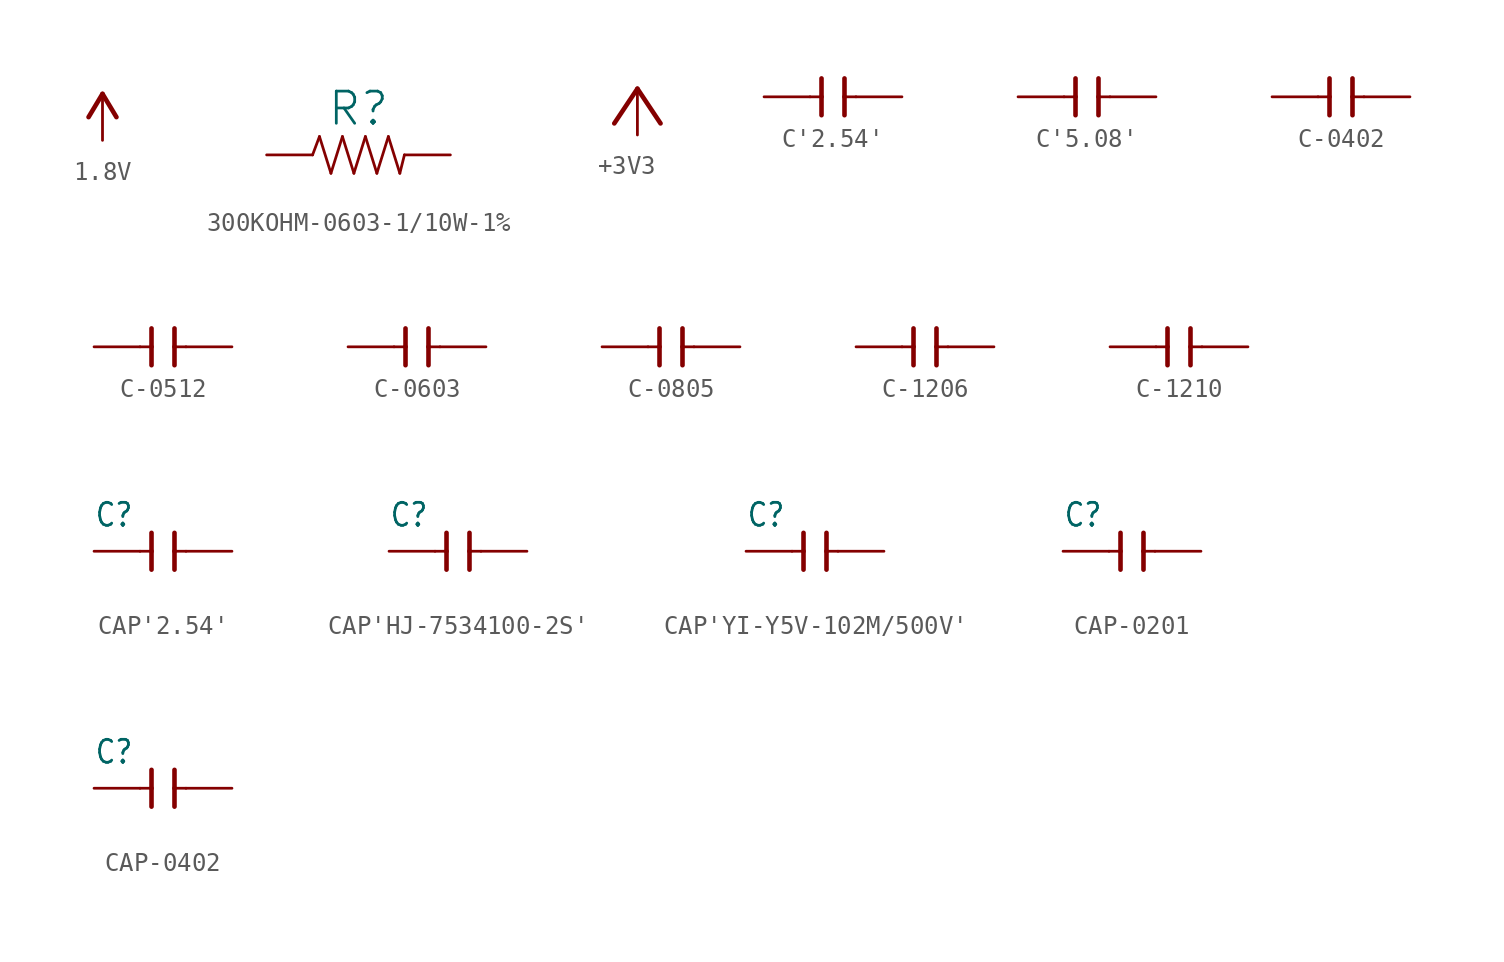
<source format=kicad_sym>
(kicad_symbol_lib
  (version 20241209)
  (generator "kicad_symbol_editor")
  (generator_version "9.0")
  (symbol "1.8V"
    (power)
    (property "Reference" "#SUPPLY"
      (at 0 0 0)
      (effects (font (size 1.27 1.27)) (hide yes)))
    (property "Value" ""
      (at 0 2.794 0)
      (effects (font (size 1.778 1.511)) (justify bottom)))
    (property "ki_locked" ""
      (at 0 0 0)
      (effects (font (size 1.27 1.27))))
    (symbol "1.8V_1_0"
      (polyline (pts (xy 0 2.54) (xy -0.762 1.27)) (stroke (width 0.254) (type solid)) (fill (type none)))
      (polyline (pts (xy 0.762 1.27) (xy 0 2.54)) (stroke (width 0.254) (type solid)) (fill (type none)))
      (pin power_in line (at 0 0 90) (length 2.54) (name "1.8V" (effects (font (size 0 0)))) (number "1" (effects (font (size 0 0)))))))
  (symbol "300KOHM-0603-1/10W-1%"
    (property "Reference" "R"
      (at 0 1.524 0)
      (effects (font (size 1.778 1.778)) (justify bottom)))
    (property "Value" ""
      (at 0 -1.524 0)
      (effects (font (size 1.778 1.778)) (justify top)))
    (property "ki_locked" ""
      (at 0 0 0)
      (effects (font (size 1.27 1.27))))
    (symbol "300KOHM-0603-1/10W-1%_1_0"
      (polyline (pts (xy -2.54 0) (xy -2.159 1.016)) (stroke (width 0.152) (type solid)) (fill (type none)))
      (polyline (pts (xy -2.159 1.016) (xy -1.524 -1.016)) (stroke (width 0.152) (type solid)) (fill (type none)))
      (polyline (pts (xy -1.524 -1.016) (xy -0.889 1.016)) (stroke (width 0.152) (type solid)) (fill (type none)))
      (polyline (pts (xy -0.889 1.016) (xy -0.254 -1.016)) (stroke (width 0.152) (type solid)) (fill (type none)))
      (polyline (pts (xy -0.254 -1.016) (xy 0.381 1.016)) (stroke (width 0.152) (type solid)) (fill (type none)))
      (polyline (pts (xy 0.381 1.016) (xy 1.016 -1.016)) (stroke (width 0.152) (type solid)) (fill (type none)))
      (polyline (pts (xy 1.016 -1.016) (xy 1.651 1.016)) (stroke (width 0.152) (type solid)) (fill (type none)))
      (polyline (pts (xy 1.651 1.016) (xy 2.286 -1.016)) (stroke (width 0.152) (type solid)) (fill (type none)))
      (polyline (pts (xy 2.286 -1.016) (xy 2.54 0)) (stroke (width 0.152) (type solid)) (fill (type none)))
      (pin passive line (at -5.08 0 0) (length 2.54) (name "1" (effects (font (size 0 0)))) (number "1" (effects (font (size 0 0)))))
      (pin passive line (at 5.08 0 180) (length 2.54) (name "2" (effects (font (size 0 0)))) (number "2" (effects (font (size 0 0)))))))
  (symbol "+3V3"
    (power)
    (property "Reference" "#+3V3"
      (at 0 0 0)
      (effects (font (size 1.27 1.27)) (hide yes)))
    (property "Value" ""
      (at -2.54 0 0)
      (effects (font (size 1.778 1.511)) (justify left bottom)))
    (property "ki_locked" ""
      (at 0 0 0)
      (effects (font (size 1.27 1.27))))
    (symbol "+3V3_1_0"
      (polyline (pts (xy 0 0) (xy -1.27 -1.905)) (stroke (width 0.254) (type solid)) (fill (type none)))
      (polyline (pts (xy 1.27 -1.905) (xy 0 0)) (stroke (width 0.254) (type solid)) (fill (type none)))
      (pin power_in line (at 0 -2.54 90) (length 2.54) (name "+3V3" (effects (font (size 0 0)))) (number "1" (effects (font (size 0 0)))))))
  (symbol "C'2.54'"
    (property "Reference" "C"
      (at -3.81 0 0)
      (effects (font (size 1.27 1.079)) (justify left bottom) (hide yes)))
    (property "ki_locked" ""
      (at 0 0 0)
      (effects (font (size 1.27 1.27))))
    (symbol "C'2.54'_1_0"
      (polyline (pts (xy -1.27 0) (xy -0.635 0)) (stroke (width 0.152) (type solid)) (fill (type none)))
      (polyline (pts (xy -0.635 0) (xy -0.635 1.016)) (stroke (width 0.254) (type solid)) (fill (type none)))
      (polyline (pts (xy -0.635 -1.016) (xy -0.635 0)) (stroke (width 0.254) (type solid)) (fill (type none)))
      (polyline (pts (xy 0.635 1.016) (xy 0.635 0)) (stroke (width 0.254) (type solid)) (fill (type none)))
      (polyline (pts (xy 0.635 0) (xy 0.635 -1.016)) (stroke (width 0.254) (type solid)) (fill (type none)))
      (polyline (pts (xy 0.635 0) (xy 1.27 0)) (stroke (width 0.152) (type solid)) (fill (type none)))
      (pin passive line (at -3.81 0 0) (length 2.54) (name "1" (effects (font (size 0 0)))) (number "1" (effects (font (size 0 0)))))
      (pin passive line (at 3.81 0 180) (length 2.54) (name "2" (effects (font (size 0 0)))) (number "2" (effects (font (size 0 0)))))))
  (symbol "C'5.08'"
    (property "Reference" "C"
      (at -3.81 0 0)
      (effects (font (size 1.27 1.079)) (justify left bottom) (hide yes)))
    (property "ki_locked" ""
      (at 0 0 0)
      (effects (font (size 1.27 1.27))))
    (symbol "C'5.08'_1_0"
      (polyline (pts (xy -1.27 0) (xy -0.635 0)) (stroke (width 0.152) (type solid)) (fill (type none)))
      (polyline (pts (xy -0.635 0) (xy -0.635 1.016)) (stroke (width 0.254) (type solid)) (fill (type none)))
      (polyline (pts (xy -0.635 -1.016) (xy -0.635 0)) (stroke (width 0.254) (type solid)) (fill (type none)))
      (polyline (pts (xy 0.635 1.016) (xy 0.635 0)) (stroke (width 0.254) (type solid)) (fill (type none)))
      (polyline (pts (xy 0.635 0) (xy 0.635 -1.016)) (stroke (width 0.254) (type solid)) (fill (type none)))
      (polyline (pts (xy 0.635 0) (xy 1.27 0)) (stroke (width 0.152) (type solid)) (fill (type none)))
      (pin passive line (at -3.81 0 0) (length 2.54) (name "1" (effects (font (size 0 0)))) (number "1" (effects (font (size 0 0)))))
      (pin passive line (at 3.81 0 180) (length 2.54) (name "2" (effects (font (size 0 0)))) (number "2" (effects (font (size 0 0)))))))
  (symbol "C-0402"
    (property "Reference" "C"
      (at -3.81 0 0)
      (effects (font (size 1.27 1.079)) (justify left bottom) (hide yes)))
    (property "ki_locked" ""
      (at 0 0 0)
      (effects (font (size 1.27 1.27))))
    (symbol "C-0402_1_0"
      (polyline (pts (xy -1.27 0) (xy -0.635 0)) (stroke (width 0.152) (type solid)) (fill (type none)))
      (polyline (pts (xy -0.635 0) (xy -0.635 1.016)) (stroke (width 0.254) (type solid)) (fill (type none)))
      (polyline (pts (xy -0.635 -1.016) (xy -0.635 0)) (stroke (width 0.254) (type solid)) (fill (type none)))
      (polyline (pts (xy 0.635 1.016) (xy 0.635 0)) (stroke (width 0.254) (type solid)) (fill (type none)))
      (polyline (pts (xy 0.635 0) (xy 0.635 -1.016)) (stroke (width 0.254) (type solid)) (fill (type none)))
      (polyline (pts (xy 0.635 0) (xy 1.27 0)) (stroke (width 0.152) (type solid)) (fill (type none)))
      (pin passive line (at -3.81 0 0) (length 2.54) (name "1" (effects (font (size 0 0)))) (number "1" (effects (font (size 0 0)))))
      (pin passive line (at 3.81 0 180) (length 2.54) (name "2" (effects (font (size 0 0)))) (number "2" (effects (font (size 0 0)))))))
  (symbol "C-0512"
    (property "Reference" "C"
      (at -3.81 0 0)
      (effects (font (size 1.27 1.079)) (justify left bottom) (hide yes)))
    (property "ki_locked" ""
      (at 0 0 0)
      (effects (font (size 1.27 1.27))))
    (symbol "C-0512_1_0"
      (polyline (pts (xy -1.27 0) (xy -0.635 0)) (stroke (width 0.152) (type solid)) (fill (type none)))
      (polyline (pts (xy -0.635 0) (xy -0.635 1.016)) (stroke (width 0.254) (type solid)) (fill (type none)))
      (polyline (pts (xy -0.635 -1.016) (xy -0.635 0)) (stroke (width 0.254) (type solid)) (fill (type none)))
      (polyline (pts (xy 0.635 1.016) (xy 0.635 0)) (stroke (width 0.254) (type solid)) (fill (type none)))
      (polyline (pts (xy 0.635 0) (xy 0.635 -1.016)) (stroke (width 0.254) (type solid)) (fill (type none)))
      (polyline (pts (xy 0.635 0) (xy 1.27 0)) (stroke (width 0.152) (type solid)) (fill (type none)))
      (pin passive line (at -3.81 0 0) (length 2.54) (name "1" (effects (font (size 0 0)))) (number "P$1" (effects (font (size 0 0)))))
      (pin passive line (at 3.81 0 180) (length 2.54) (name "2" (effects (font (size 0 0)))) (number "P$2" (effects (font (size 0 0)))))))
  (symbol "C-0603"
    (property "Reference" "C"
      (at -3.81 0 0)
      (effects (font (size 1.27 1.079)) (justify left bottom) (hide yes)))
    (property "ki_locked" ""
      (at 0 0 0)
      (effects (font (size 1.27 1.27))))
    (symbol "C-0603_1_0"
      (polyline (pts (xy -1.27 0) (xy -0.635 0)) (stroke (width 0.152) (type solid)) (fill (type none)))
      (polyline (pts (xy -0.635 0) (xy -0.635 1.016)) (stroke (width 0.254) (type solid)) (fill (type none)))
      (polyline (pts (xy -0.635 -1.016) (xy -0.635 0)) (stroke (width 0.254) (type solid)) (fill (type none)))
      (polyline (pts (xy 0.635 1.016) (xy 0.635 0)) (stroke (width 0.254) (type solid)) (fill (type none)))
      (polyline (pts (xy 0.635 0) (xy 0.635 -1.016)) (stroke (width 0.254) (type solid)) (fill (type none)))
      (polyline (pts (xy 0.635 0) (xy 1.27 0)) (stroke (width 0.152) (type solid)) (fill (type none)))
      (pin passive line (at -3.81 0 0) (length 2.54) (name "1" (effects (font (size 0 0)))) (number "1" (effects (font (size 0 0)))))
      (pin passive line (at 3.81 0 180) (length 2.54) (name "2" (effects (font (size 0 0)))) (number "2" (effects (font (size 0 0)))))))
  (symbol "C-0805"
    (property "Reference" "C"
      (at -3.81 0 0)
      (effects (font (size 1.27 1.079)) (justify left bottom) (hide yes)))
    (property "ki_locked" ""
      (at 0 0 0)
      (effects (font (size 1.27 1.27))))
    (symbol "C-0805_1_0"
      (polyline (pts (xy -1.27 0) (xy -0.635 0)) (stroke (width 0.152) (type solid)) (fill (type none)))
      (polyline (pts (xy -0.635 0) (xy -0.635 1.016)) (stroke (width 0.254) (type solid)) (fill (type none)))
      (polyline (pts (xy -0.635 -1.016) (xy -0.635 0)) (stroke (width 0.254) (type solid)) (fill (type none)))
      (polyline (pts (xy 0.635 1.016) (xy 0.635 0)) (stroke (width 0.254) (type solid)) (fill (type none)))
      (polyline (pts (xy 0.635 0) (xy 0.635 -1.016)) (stroke (width 0.254) (type solid)) (fill (type none)))
      (polyline (pts (xy 0.635 0) (xy 1.27 0)) (stroke (width 0.152) (type solid)) (fill (type none)))
      (pin passive line (at -3.81 0 0) (length 2.54) (name "1" (effects (font (size 0 0)))) (number "1" (effects (font (size 0 0)))))
      (pin passive line (at 3.81 0 180) (length 2.54) (name "2" (effects (font (size 0 0)))) (number "2" (effects (font (size 0 0)))))))
  (symbol "C-1206"
    (property "Reference" "C"
      (at -3.81 0 0)
      (effects (font (size 1.27 1.079)) (justify left bottom) (hide yes)))
    (property "ki_locked" ""
      (at 0 0 0)
      (effects (font (size 1.27 1.27))))
    (symbol "C-1206_1_0"
      (polyline (pts (xy -1.27 0) (xy -0.635 0)) (stroke (width 0.152) (type solid)) (fill (type none)))
      (polyline (pts (xy -0.635 0) (xy -0.635 1.016)) (stroke (width 0.254) (type solid)) (fill (type none)))
      (polyline (pts (xy -0.635 -1.016) (xy -0.635 0)) (stroke (width 0.254) (type solid)) (fill (type none)))
      (polyline (pts (xy 0.635 1.016) (xy 0.635 0)) (stroke (width 0.254) (type solid)) (fill (type none)))
      (polyline (pts (xy 0.635 0) (xy 0.635 -1.016)) (stroke (width 0.254) (type solid)) (fill (type none)))
      (polyline (pts (xy 0.635 0) (xy 1.27 0)) (stroke (width 0.152) (type solid)) (fill (type none)))
      (pin passive line (at -3.81 0 0) (length 2.54) (name "1" (effects (font (size 0 0)))) (number "1" (effects (font (size 0 0)))))
      (pin passive line (at 3.81 0 180) (length 2.54) (name "2" (effects (font (size 0 0)))) (number "2" (effects (font (size 0 0)))))))
  (symbol "C-1210"
    (property "Reference" "C"
      (at -3.81 0 0)
      (effects (font (size 1.27 1.079)) (justify left bottom) (hide yes)))
    (property "ki_locked" ""
      (at 0 0 0)
      (effects (font (size 1.27 1.27))))
    (symbol "C-1210_1_0"
      (polyline (pts (xy -1.27 0) (xy -0.635 0)) (stroke (width 0.152) (type solid)) (fill (type none)))
      (polyline (pts (xy -0.635 0) (xy -0.635 1.016)) (stroke (width 0.254) (type solid)) (fill (type none)))
      (polyline (pts (xy -0.635 -1.016) (xy -0.635 0)) (stroke (width 0.254) (type solid)) (fill (type none)))
      (polyline (pts (xy 0.635 1.016) (xy 0.635 0)) (stroke (width 0.254) (type solid)) (fill (type none)))
      (polyline (pts (xy 0.635 0) (xy 0.635 -1.016)) (stroke (width 0.254) (type solid)) (fill (type none)))
      (polyline (pts (xy 0.635 0) (xy 1.27 0)) (stroke (width 0.152) (type solid)) (fill (type none)))
      (pin passive line (at -3.81 0 0) (length 2.54) (name "1" (effects (font (size 0 0)))) (number "1" (effects (font (size 0 0)))))
      (pin passive line (at 3.81 0 180) (length 2.54) (name "2" (effects (font (size 0 0)))) (number "2" (effects (font (size 0 0)))))))
  (symbol "CAP'2.54'"
    (property "Reference" "C"
      (at -3.81 1.27 0)
      (effects (font (size 1.27 1.079)) (justify left bottom)))
    (property "Value" ""
      (at -3.81 -2.54 0)
      (effects (font (size 1.27 1.079)) (justify left bottom)))
    (property "ki_locked" ""
      (at 0 0 0)
      (effects (font (size 1.27 1.27))))
    (symbol "CAP'2.54'_1_0"
      (polyline (pts (xy -1.27 0) (xy -0.635 0)) (stroke (width 0.152) (type solid)) (fill (type none)))
      (polyline (pts (xy -0.635 0) (xy -0.635 1.016)) (stroke (width 0.254) (type solid)) (fill (type none)))
      (polyline (pts (xy -0.635 -1.016) (xy -0.635 0)) (stroke (width 0.254) (type solid)) (fill (type none)))
      (polyline (pts (xy 0.635 1.016) (xy 0.635 0)) (stroke (width 0.254) (type solid)) (fill (type none)))
      (polyline (pts (xy 0.635 0) (xy 0.635 -1.016)) (stroke (width 0.254) (type solid)) (fill (type none)))
      (polyline (pts (xy 0.635 0) (xy 1.27 0)) (stroke (width 0.152) (type solid)) (fill (type none)))
      (pin passive line (at -3.81 0 0) (length 2.54) (name "1" (effects (font (size 0 0)))) (number "1" (effects (font (size 0 0)))))
      (pin passive line (at 3.81 0 180) (length 2.54) (name "2" (effects (font (size 0 0)))) (number "2" (effects (font (size 0 0)))))))
  (symbol "CAP'HJ-7534100-2S'"
    (property "Reference" "C"
      (at -3.81 1.27 0)
      (effects (font (size 1.27 1.079)) (justify left bottom)))
    (property "Value" ""
      (at -3.81 -2.54 0)
      (effects (font (size 1.27 1.079)) (justify left bottom)))
    (property "ki_locked" ""
      (at 0 0 0)
      (effects (font (size 1.27 1.27))))
    (symbol "CAP'HJ-7534100-2S'_1_0"
      (polyline (pts (xy -1.27 0) (xy -0.635 0)) (stroke (width 0.152) (type solid)) (fill (type none)))
      (polyline (pts (xy -0.635 0) (xy -0.635 1.016)) (stroke (width 0.254) (type solid)) (fill (type none)))
      (polyline (pts (xy -0.635 -1.016) (xy -0.635 0)) (stroke (width 0.254) (type solid)) (fill (type none)))
      (polyline (pts (xy 0.635 1.016) (xy 0.635 0)) (stroke (width 0.254) (type solid)) (fill (type none)))
      (polyline (pts (xy 0.635 0) (xy 0.635 -1.016)) (stroke (width 0.254) (type solid)) (fill (type none)))
      (polyline (pts (xy 0.635 0) (xy 1.27 0)) (stroke (width 0.152) (type solid)) (fill (type none)))
      (pin passive line (at -3.81 0 0) (length 2.54) (name "1" (effects (font (size 0 0)))) (number "1" (effects (font (size 0 0)))))
      (pin passive line (at 3.81 0 180) (length 2.54) (name "2" (effects (font (size 0 0)))) (number "2" (effects (font (size 0 0)))))))
  (symbol "CAP'YI-Y5V-102M/500V'"
    (property "Reference" "C"
      (at -3.81 1.27 0)
      (effects (font (size 1.27 1.079)) (justify left bottom)))
    (property "Value" ""
      (at -3.81 -2.54 0)
      (effects (font (size 1.27 1.079)) (justify left bottom)))
    (property "ki_locked" ""
      (at 0 0 0)
      (effects (font (size 1.27 1.27))))
    (symbol "CAP'YI-Y5V-102M/500V'_1_0"
      (polyline (pts (xy -1.27 0) (xy -0.635 0)) (stroke (width 0.152) (type solid)) (fill (type none)))
      (polyline (pts (xy -0.635 0) (xy -0.635 1.016)) (stroke (width 0.254) (type solid)) (fill (type none)))
      (polyline (pts (xy -0.635 -1.016) (xy -0.635 0)) (stroke (width 0.254) (type solid)) (fill (type none)))
      (polyline (pts (xy 0.635 1.016) (xy 0.635 0)) (stroke (width 0.254) (type solid)) (fill (type none)))
      (polyline (pts (xy 0.635 0) (xy 0.635 -1.016)) (stroke (width 0.254) (type solid)) (fill (type none)))
      (polyline (pts (xy 0.635 0) (xy 1.27 0)) (stroke (width 0.152) (type solid)) (fill (type none)))
      (pin passive line (at -3.81 0 0) (length 2.54) (name "1" (effects (font (size 0 0)))) (number "1" (effects (font (size 0 0)))))
      (pin passive line (at 3.81 0 180) (length 2.54) (name "2" (effects (font (size 0 0)))) (number "2" (effects (font (size 0 0)))))))
  (symbol "CAP-0201"
    (property "Reference" "C"
      (at -3.81 1.27 0)
      (effects (font (size 1.27 1.079)) (justify left bottom)))
    (property "Value" ""
      (at -3.81 -2.54 0)
      (effects (font (size 1.27 1.079)) (justify left bottom)))
    (property "ki_locked" ""
      (at 0 0 0)
      (effects (font (size 1.27 1.27))))
    (symbol "CAP-0201_1_0"
      (polyline (pts (xy -1.27 0) (xy -0.635 0)) (stroke (width 0.152) (type solid)) (fill (type none)))
      (polyline (pts (xy -0.635 0) (xy -0.635 1.016)) (stroke (width 0.254) (type solid)) (fill (type none)))
      (polyline (pts (xy -0.635 -1.016) (xy -0.635 0)) (stroke (width 0.254) (type solid)) (fill (type none)))
      (polyline (pts (xy 0.635 1.016) (xy 0.635 0)) (stroke (width 0.254) (type solid)) (fill (type none)))
      (polyline (pts (xy 0.635 0) (xy 0.635 -1.016)) (stroke (width 0.254) (type solid)) (fill (type none)))
      (polyline (pts (xy 0.635 0) (xy 1.27 0)) (stroke (width 0.152) (type solid)) (fill (type none)))
      (pin passive line (at -3.81 0 0) (length 2.54) (name "1" (effects (font (size 0 0)))) (number "1" (effects (font (size 0 0)))))
      (pin passive line (at 3.81 0 180) (length 2.54) (name "2" (effects (font (size 0 0)))) (number "2" (effects (font (size 0 0)))))))
  (symbol "CAP-0402"
    (property "Reference" "C"
      (at -3.81 1.27 0)
      (effects (font (size 1.27 1.079)) (justify left bottom)))
    (property "Value" ""
      (at -3.81 -2.54 0)
      (effects (font (size 1.27 1.079)) (justify left bottom)))
    (property "ki_locked" ""
      (at 0 0 0)
      (effects (font (size 1.27 1.27))))
    (symbol "CAP-0402_1_0"
      (polyline (pts (xy -1.27 0) (xy -0.635 0)) (stroke (width 0.152) (type solid)) (fill (type none)))
      (polyline (pts (xy -0.635 0) (xy -0.635 1.016)) (stroke (width 0.254) (type solid)) (fill (type none)))
      (polyline (pts (xy -0.635 -1.016) (xy -0.635 0)) (stroke (width 0.254) (type solid)) (fill (type none)))
      (polyline (pts (xy 0.635 1.016) (xy 0.635 0)) (stroke (width 0.254) (type solid)) (fill (type none)))
      (polyline (pts (xy 0.635 0) (xy 0.635 -1.016)) (stroke (width 0.254) (type solid)) (fill (type none)))
      (polyline (pts (xy 0.635 0) (xy 1.27 0)) (stroke (width 0.152) (type solid)) (fill (type none)))
      (pin passive line (at -3.81 0 0) (length 2.54) (name "1" (effects (font (size 0 0)))) (number "1" (effects (font (size 0 0)))))
      (pin passive line (at 3.81 0 180) (length 2.54) (name "2" (effects (font (size 0 0)))) (number "2" (effects (font (size 0 0))))))))
</source>
